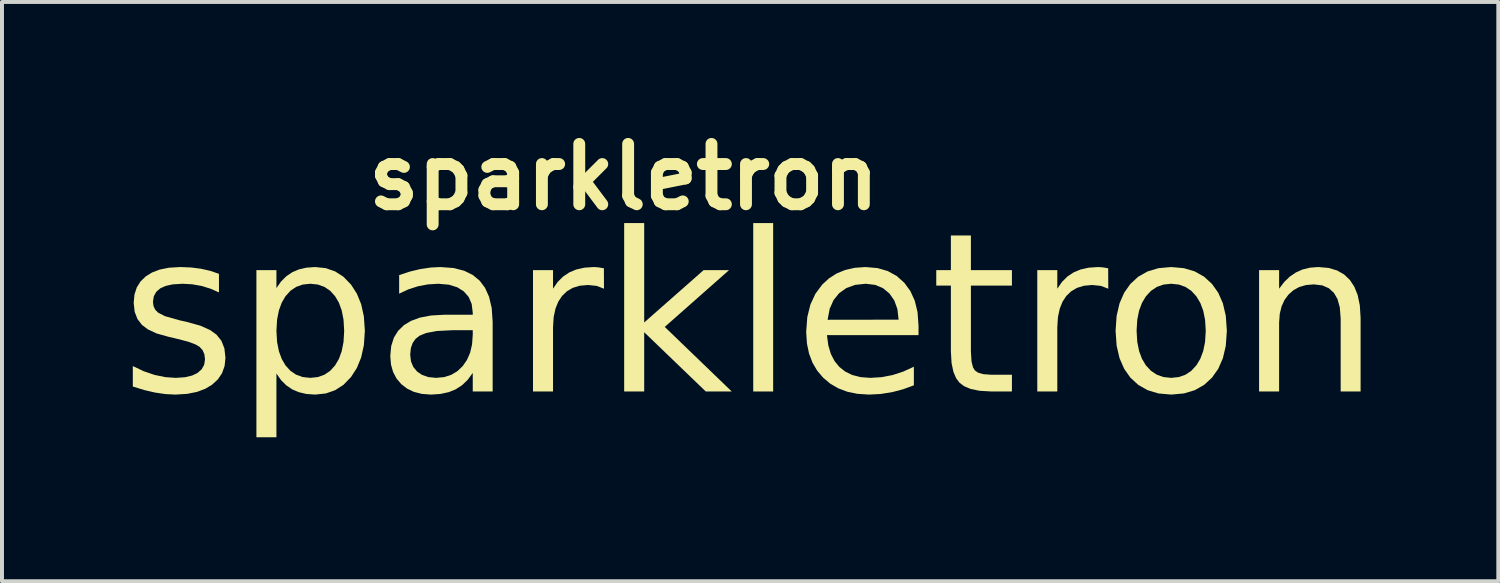
<source format=kicad_pcb>
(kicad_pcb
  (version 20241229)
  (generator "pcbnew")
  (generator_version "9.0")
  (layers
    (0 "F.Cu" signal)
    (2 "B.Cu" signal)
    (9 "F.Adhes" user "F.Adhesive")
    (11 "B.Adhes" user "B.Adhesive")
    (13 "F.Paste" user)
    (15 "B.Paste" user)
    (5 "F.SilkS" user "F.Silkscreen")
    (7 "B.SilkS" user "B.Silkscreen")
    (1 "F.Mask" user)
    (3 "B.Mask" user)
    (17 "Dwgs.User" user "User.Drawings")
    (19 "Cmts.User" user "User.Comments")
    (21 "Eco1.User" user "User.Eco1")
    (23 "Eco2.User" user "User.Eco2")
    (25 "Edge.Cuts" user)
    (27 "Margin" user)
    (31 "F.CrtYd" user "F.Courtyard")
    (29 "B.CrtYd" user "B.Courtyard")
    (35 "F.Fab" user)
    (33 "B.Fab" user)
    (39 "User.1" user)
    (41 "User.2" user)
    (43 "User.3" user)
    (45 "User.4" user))
  (footprint "sparkletron"
    (layer "F.Cu")
    (at 12.7 4.974)
    (property "Reference" "sparkletron" (at 0 -3.556 0) (layer "F.SilkS") (effects (font (size 1.524 1.524) (thickness 0.3))))
    (attr board_only exclude_from_pos_files exclude_from_bom)
    (fp_text user "sparkletron" (at -12.7 2.54 0) (unlocked yes) (layer "F.SilkS") (effects (font (face "Ubuntu") (size 4 4) (thickness 0.1)) (justify left bottom))))
  (gr_rect
    (start -3 -3)
    (end 34.779 11.625)
    (stroke (width 0.1) (type default))
    (fill no)
    (layer "Edge.Cuts")))
</source>
